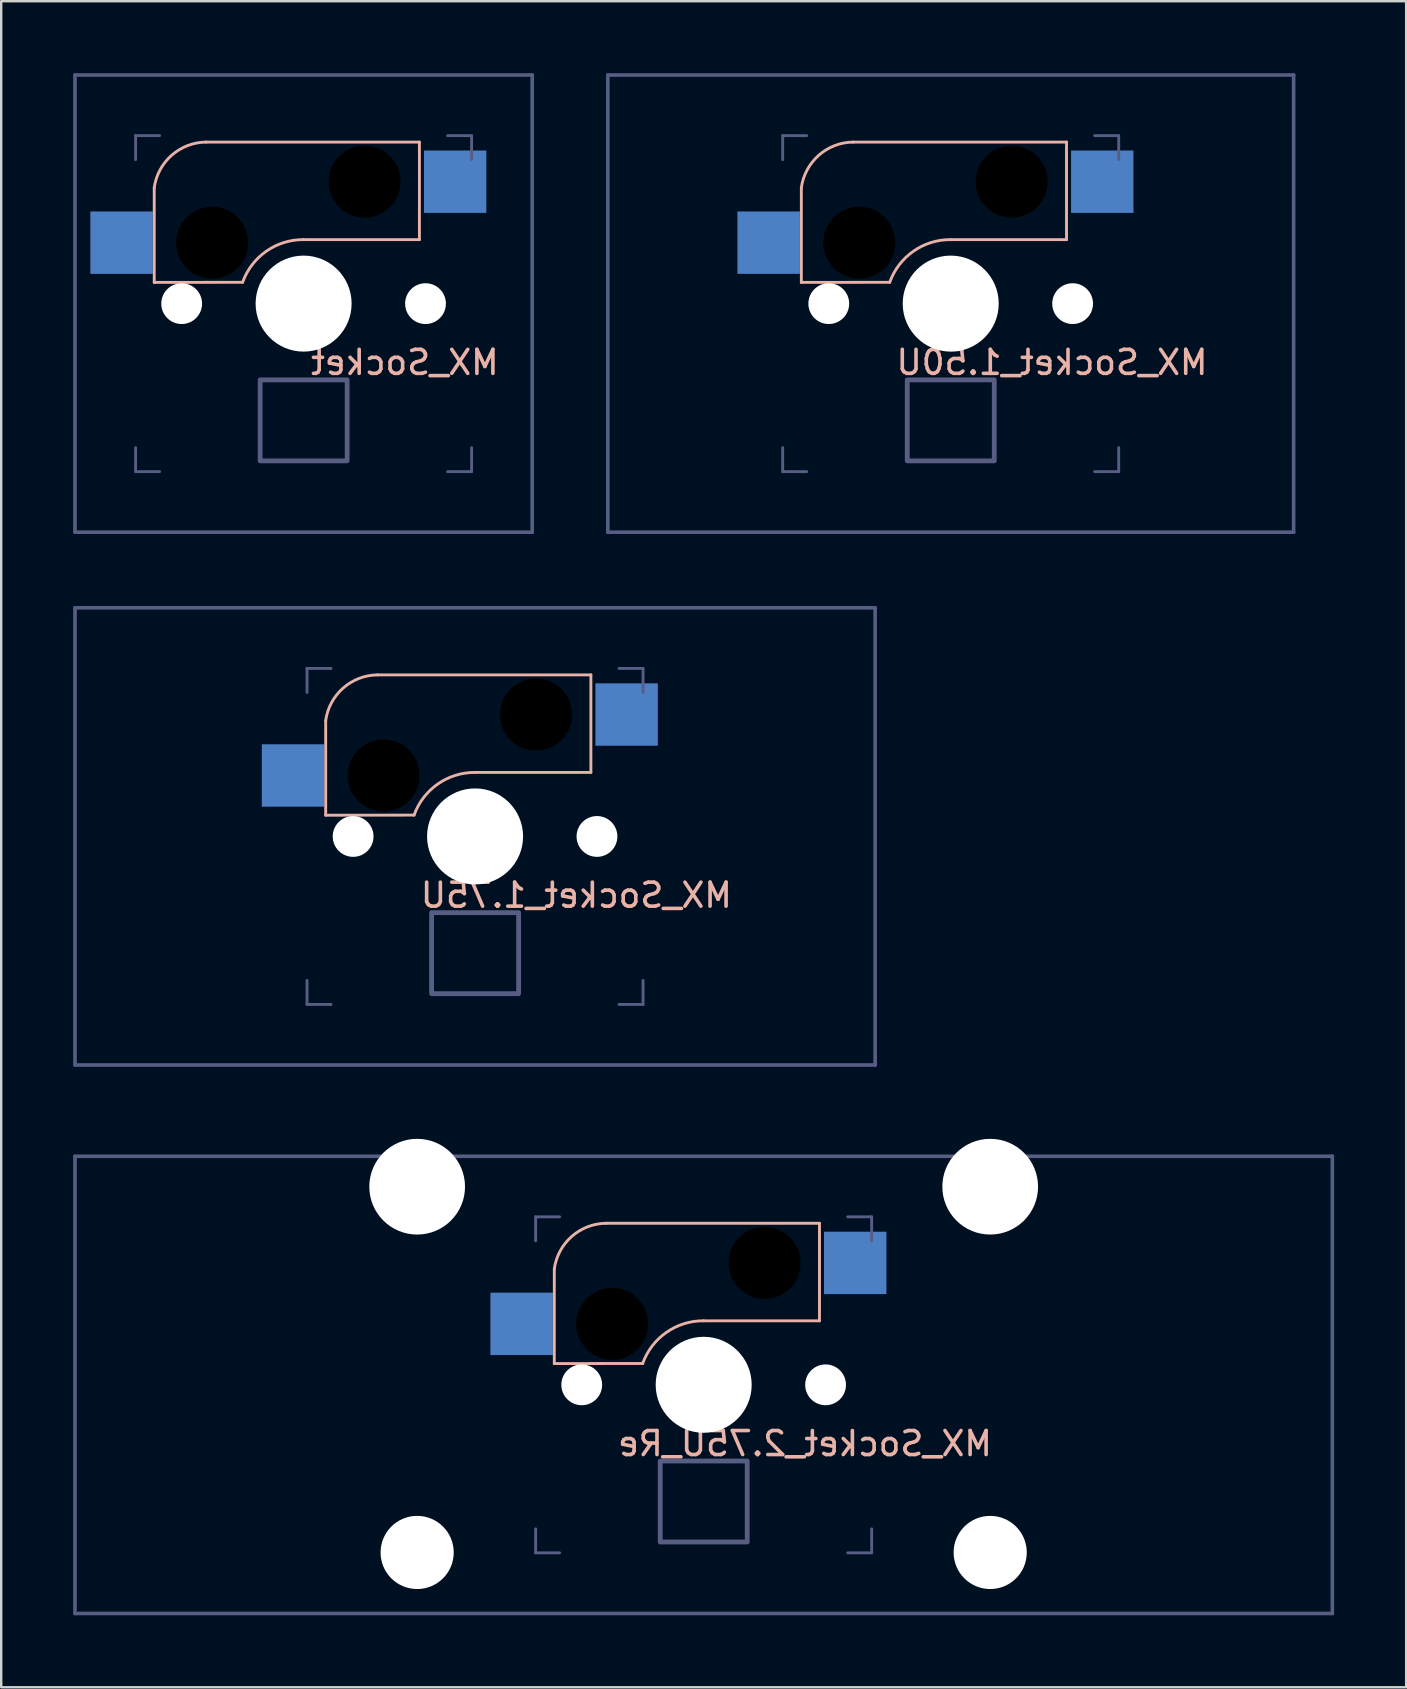
<source format=kicad_pcb>
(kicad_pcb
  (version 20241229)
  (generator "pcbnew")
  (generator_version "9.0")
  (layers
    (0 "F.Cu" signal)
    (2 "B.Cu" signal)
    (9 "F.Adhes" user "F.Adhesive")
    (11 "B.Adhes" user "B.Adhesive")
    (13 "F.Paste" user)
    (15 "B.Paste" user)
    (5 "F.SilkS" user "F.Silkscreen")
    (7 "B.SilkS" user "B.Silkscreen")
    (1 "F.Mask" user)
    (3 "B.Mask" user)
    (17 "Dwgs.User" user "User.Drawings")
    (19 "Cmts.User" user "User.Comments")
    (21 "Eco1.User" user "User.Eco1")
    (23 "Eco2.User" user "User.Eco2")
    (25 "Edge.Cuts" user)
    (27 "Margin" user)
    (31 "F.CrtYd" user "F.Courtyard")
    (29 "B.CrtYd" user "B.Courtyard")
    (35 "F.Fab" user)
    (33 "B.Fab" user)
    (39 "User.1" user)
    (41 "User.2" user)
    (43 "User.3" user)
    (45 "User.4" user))
  (footprint "MX_Socket_1.50U"
    (layer "F.Cu")
    (at 36.562 9.6)
    (property "Reference" "MX_Socket_1.50U" (at 4.22 2.45 0) (unlocked yes) (layer "B.SilkS") (effects (font (size 1 1) (thickness 0.15)) (justify mirror)))
    (attr through_hole)
    (fp_line (start -6.224 -0.884) (end -6.224 -4.825) (stroke (width 0.12) (type solid)) (layer "B.SilkS"))
    (fp_line (start -6.224 -0.884) (end -2.541 -0.888) (stroke (width 0.12) (type solid)) (layer "B.SilkS"))
    (fp_line (start -0.001 -2.666) (end 4.825 -2.666) (stroke (width 0.12) (type solid)) (layer "B.SilkS"))
    (fp_line (start 4.825 -6.73) (end -4.065 -6.73) (stroke (width 0.12) (type solid)) (layer "B.SilkS"))
    (fp_line (start 4.825 -2.666) (end 4.825 -6.73) (stroke (width 0.12) (type solid)) (layer "B.SilkS"))
    (fp_arc (start -6.224082 -4.825261) (mid -5.498787 -6.179195) (end -4.065082 -6.730261) (stroke (width 0.12) (type solid)) (layer "B.SilkS"))
    (fp_arc (start -2.541082 -0.888261) (mid -1.554773 -2.182533) (end -0.001082 -2.666261) (stroke (width 0.12) (type solid)) (layer "B.SilkS"))
    (fp_line (start -14.287 -9.525) (end 14.287 -9.525) (stroke (width 0.15) (type solid)) (layer "B.Fab"))
    (fp_line (start -14.287 9.525) (end -14.287 -9.525) (stroke (width 0.15) (type solid)) (layer "B.Fab"))
    (fp_line (start -7.001 -6.999) (end -6.001 -6.999) (stroke (width 0.12) (type solid)) (layer "B.Fab"))
    (fp_line (start -7.001 -5.999) (end -7.001 -6.999) (stroke (width 0.12) (type solid)) (layer "B.Fab"))
    (fp_line (start -7.001 6.001) (end -7.001 7.001) (stroke (width 0.12) (type solid)) (layer "B.Fab"))
    (fp_line (start -7.001 7.001) (end -6.001 7.001) (stroke (width 0.12) (type solid)) (layer "B.Fab"))
    (fp_line (start 5.999 7.001) (end 6.999 7.001) (stroke (width 0.12) (type solid)) (layer "B.Fab"))
    (fp_line (start 6.999 -6.999) (end 5.999 -6.999) (stroke (width 0.12) (type solid)) (layer "B.Fab"))
    (fp_line (start 6.999 -6.999) (end 6.999 -5.999) (stroke (width 0.12) (type solid)) (layer "B.Fab"))
    (fp_line (start 6.999 7.001) (end 6.999 6.001) (stroke (width 0.12) (type solid)) (layer "B.Fab"))
    (fp_line (start 14.287 -9.525) (end 14.287 9.525) (stroke (width 0.15) (type solid)) (layer "B.Fab"))
    (fp_line (start 14.287 9.525) (end -14.287 9.525) (stroke (width 0.15) (type solid)) (layer "B.Fab"))
    (fp_rect (start 1.814 6.551) (end -1.811 3.176) (stroke (width 0.2) (type solid)) (fill no) (layer "B.Fab"))
    (pad "" np_thru_hole circle (at -5.081 0.001 90) (size 1.7 1.7) (drill 1.7) (layers "*.Cu" "*.Mask"))
    (pad "" np_thru_hole circle (at -3.811 -2.539 180) (size 3 3) (drill 3) (layers "*.Mask"))
    (pad "" np_thru_hole circle (at 0 0 270) (size 4 4) (drill 4) (layers "*.Cu" "*.Mask"))
    (pad "" np_thru_hole circle (at 2.539 -5.079 180) (size 3 3) (drill 3) (layers "*.Mask"))
    (pad "" np_thru_hole circle (at 5.079 0.001 90) (size 1.7 1.7) (drill 1.7) (layers "*.Cu" "*.Mask"))
    (pad "1" smd rect (at 6.314 -5.079 180) (size 2.6 2.6) (layers "B.Cu" "B.Mask" "B.Paste"))
    (pad "2" smd rect (at -7.586 -2.539 180) (size 2.6 2.6) (layers "B.Cu" "B.Mask" "B.Paste")))
  (footprint "MX_Socket"
    (layer "F.Cu")
    (at 9.6 9.6)
    (property "Reference" "MX_Socket" (at 4.22 2.45 0) (unlocked yes) (layer "B.SilkS") (effects (font (size 1 1) (thickness 0.15)) (justify mirror)))
    (attr through_hole)
    (fp_line (start -6.224 -0.884) (end -6.224 -4.825) (stroke (width 0.12) (type solid)) (layer "B.SilkS"))
    (fp_line (start -6.224 -0.884) (end -2.541 -0.888) (stroke (width 0.12) (type solid)) (layer "B.SilkS"))
    (fp_line (start -0.001 -2.666) (end 4.825 -2.666) (stroke (width 0.12) (type solid)) (layer "B.SilkS"))
    (fp_line (start 4.825 -6.73) (end -4.065 -6.73) (stroke (width 0.12) (type solid)) (layer "B.SilkS"))
    (fp_line (start 4.825 -2.666) (end 4.825 -6.73) (stroke (width 0.12) (type solid)) (layer "B.SilkS"))
    (fp_arc (start -6.224082 -4.825261) (mid -5.498787 -6.179195) (end -4.065082 -6.730261) (stroke (width 0.12) (type solid)) (layer "B.SilkS"))
    (fp_arc (start -2.541082 -0.888261) (mid -1.554773 -2.182533) (end -0.001082 -2.666261) (stroke (width 0.12) (type solid)) (layer "B.SilkS"))
    (fp_line (start -9.525 -9.525) (end 9.525 -9.525) (stroke (width 0.15) (type solid)) (layer "B.Fab"))
    (fp_line (start -9.525 9.525) (end -9.525 -9.525) (stroke (width 0.15) (type solid)) (layer "B.Fab"))
    (fp_line (start -7.001 -6.999) (end -6.001 -6.999) (stroke (width 0.12) (type solid)) (layer "B.Fab"))
    (fp_line (start -7.001 -5.999) (end -7.001 -6.999) (stroke (width 0.12) (type solid)) (layer "B.Fab"))
    (fp_line (start -7.001 6.001) (end -7.001 7.001) (stroke (width 0.12) (type solid)) (layer "B.Fab"))
    (fp_line (start -7.001 7.001) (end -6.001 7.001) (stroke (width 0.12) (type solid)) (layer "B.Fab"))
    (fp_line (start 5.999 7.001) (end 6.999 7.001) (stroke (width 0.12) (type solid)) (layer "B.Fab"))
    (fp_line (start 6.999 -6.999) (end 5.999 -6.999) (stroke (width 0.12) (type solid)) (layer "B.Fab"))
    (fp_line (start 6.999 -6.999) (end 6.999 -5.999) (stroke (width 0.12) (type solid)) (layer "B.Fab"))
    (fp_line (start 6.999 7.001) (end 6.999 6.001) (stroke (width 0.12) (type solid)) (layer "B.Fab"))
    (fp_line (start 9.525 -9.525) (end 9.525 9.525) (stroke (width 0.15) (type solid)) (layer "B.Fab"))
    (fp_line (start 9.525 9.525) (end -9.525 9.525) (stroke (width 0.15) (type solid)) (layer "B.Fab"))
    (fp_rect (start 1.814 6.551) (end -1.811 3.176) (stroke (width 0.2) (type solid)) (fill no) (layer "B.Fab"))
    (pad "" np_thru_hole circle (at -5.081 0.001 90) (size 1.7 1.7) (drill 1.7) (layers "*.Cu" "*.Mask"))
    (pad "" np_thru_hole circle (at -3.811 -2.539 180) (size 3 3) (drill 3) (layers "*.Mask"))
    (pad "" np_thru_hole circle (at 0 0 270) (size 4 4) (drill 4) (layers "*.Cu" "*.Mask"))
    (pad "" np_thru_hole circle (at 2.539 -5.079 180) (size 3 3) (drill 3) (layers "*.Mask"))
    (pad "" np_thru_hole circle (at 5.079 0.001 90) (size 1.7 1.7) (drill 1.7) (layers "*.Cu" "*.Mask"))
    (pad "1" smd rect (at 6.314 -5.079 180) (size 2.6 2.6) (layers "B.Cu" "B.Mask" "B.Paste"))
    (pad "2" smd rect (at -7.586 -2.539 180) (size 2.6 2.6) (layers "B.Cu" "B.Mask" "B.Paste")))
  (footprint "MX_Socket_1.75U"
    (layer "F.Cu")
    (at 16.744 31.8)
    (property "Reference" "MX_Socket_1.75U" (at 4.22 2.45 0) (unlocked yes) (layer "B.SilkS") (effects (font (size 1 1) (thickness 0.15)) (justify mirror)))
    (attr through_hole)
    (fp_line (start -6.224 -0.884) (end -6.224 -4.825) (stroke (width 0.12) (type solid)) (layer "B.SilkS"))
    (fp_line (start -6.224 -0.884) (end -2.541 -0.888) (stroke (width 0.12) (type solid)) (layer "B.SilkS"))
    (fp_line (start -0.001 -2.666) (end 4.825 -2.666) (stroke (width 0.12) (type solid)) (layer "B.SilkS"))
    (fp_line (start 4.825 -6.73) (end -4.065 -6.73) (stroke (width 0.12) (type solid)) (layer "B.SilkS"))
    (fp_line (start 4.825 -2.666) (end 4.825 -6.73) (stroke (width 0.12) (type solid)) (layer "B.SilkS"))
    (fp_arc (start -6.224082 -4.825261) (mid -5.498787 -6.179195) (end -4.065082 -6.730261) (stroke (width 0.12) (type solid)) (layer "B.SilkS"))
    (fp_arc (start -2.541082 -0.888261) (mid -1.554773 -2.182533) (end -0.001082 -2.666261) (stroke (width 0.12) (type solid)) (layer "B.SilkS"))
    (fp_line (start -16.669 -9.525) (end 16.669 -9.525) (stroke (width 0.15) (type solid)) (layer "B.Fab"))
    (fp_line (start -16.669 9.525) (end -16.669 -9.525) (stroke (width 0.15) (type solid)) (layer "B.Fab"))
    (fp_line (start -7.001 -6.999) (end -6.001 -6.999) (stroke (width 0.12) (type solid)) (layer "B.Fab"))
    (fp_line (start -7.001 -5.999) (end -7.001 -6.999) (stroke (width 0.12) (type solid)) (layer "B.Fab"))
    (fp_line (start -7.001 6) (end -7.001 7) (stroke (width 0.12) (type solid)) (layer "B.Fab"))
    (fp_line (start -7.001 7) (end -6.001 7) (stroke (width 0.12) (type solid)) (layer "B.Fab"))
    (fp_line (start 5.999 7.001) (end 6.999 7.001) (stroke (width 0.12) (type solid)) (layer "B.Fab"))
    (fp_line (start 6.999 -6.999) (end 5.999 -6.999) (stroke (width 0.12) (type solid)) (layer "B.Fab"))
    (fp_line (start 6.999 -6.999) (end 6.999 -5.999) (stroke (width 0.12) (type solid)) (layer "B.Fab"))
    (fp_line (start 6.999 7.001) (end 6.999 6.001) (stroke (width 0.12) (type solid)) (layer "B.Fab"))
    (fp_line (start 16.669 -9.525) (end 16.669 9.525) (stroke (width 0.15) (type solid)) (layer "B.Fab"))
    (fp_line (start 16.669 9.525) (end -16.669 9.525) (stroke (width 0.15) (type solid)) (layer "B.Fab"))
    (fp_rect (start 1.814 6.551) (end -1.811 3.176) (stroke (width 0.2) (type solid)) (fill no) (layer "B.Fab"))
    (pad "" np_thru_hole circle (at -5.081 0.001 90) (size 1.7 1.7) (drill 1.7) (layers "*.Cu" "*.Mask"))
    (pad "" np_thru_hole circle (at -3.811 -2.539 180) (size 3 3) (drill 3) (layers "*.Mask"))
    (pad "" np_thru_hole circle (at 0 0 270) (size 4 4) (drill 4) (layers "*.Cu" "*.Mask"))
    (pad "" np_thru_hole circle (at 2.539 -5.079 180) (size 3 3) (drill 3) (layers "*.Mask"))
    (pad "" np_thru_hole circle (at 5.079 0.001 90) (size 1.7 1.7) (drill 1.7) (layers "*.Cu" "*.Mask"))
    (pad "1" smd rect (at 6.314 -5.079 180) (size 2.6 2.6) (layers "B.Cu" "B.Mask" "B.Paste"))
    (pad "2" smd rect (at -7.586 -2.539 180) (size 2.6 2.6) (layers "B.Cu" "B.Mask" "B.Paste")))
  (footprint "MX_Socket_2.75U_Re"
    (layer "F.Cu")
    (at 26.269 54.648)
    (property "Reference" "MX_Socket_2.75U_Re" (at 4.22 2.45 0) (unlocked yes) (layer "B.SilkS") (effects (font (size 1 1) (thickness 0.15)) (justify mirror)))
    (attr through_hole)
    (fp_line (start -6.224 -0.884) (end -6.224 -4.825) (stroke (width 0.12) (type solid)) (layer "B.SilkS"))
    (fp_line (start -6.224 -0.884) (end -2.541 -0.888) (stroke (width 0.12) (type solid)) (layer "B.SilkS"))
    (fp_line (start -0.001 -2.666) (end 4.825 -2.666) (stroke (width 0.12) (type solid)) (layer "B.SilkS"))
    (fp_line (start 4.825 -6.73) (end -4.065 -6.73) (stroke (width 0.12) (type solid)) (layer "B.SilkS"))
    (fp_line (start 4.825 -2.666) (end 4.825 -6.73) (stroke (width 0.12) (type solid)) (layer "B.SilkS"))
    (fp_arc (start -6.224082 -4.825261) (mid -5.498787 -6.179195) (end -4.065082 -6.730261) (stroke (width 0.12) (type solid)) (layer "B.SilkS"))
    (fp_arc (start -2.541082 -0.888261) (mid -1.554773 -2.182533) (end -0.001082 -2.666261) (stroke (width 0.12) (type solid)) (layer "B.SilkS"))
    (fp_line (start -26.194 -9.522) (end 26.194 -9.522) (stroke (width 0.15) (type solid)) (layer "B.Fab"))
    (fp_line (start -26.194 9.528) (end -26.194 -9.522) (stroke (width 0.15) (type solid)) (layer "B.Fab"))
    (fp_line (start -7.001 -6.999) (end -6.001 -6.999) (stroke (width 0.12) (type solid)) (layer "B.Fab"))
    (fp_line (start -7.001 -5.999) (end -7.001 -6.999) (stroke (width 0.12) (type solid)) (layer "B.Fab"))
    (fp_line (start -7.001 6.001) (end -7.001 7.001) (stroke (width 0.12) (type solid)) (layer "B.Fab"))
    (fp_line (start -7.001 7.001) (end -6.001 7.001) (stroke (width 0.12) (type solid)) (layer "B.Fab"))
    (fp_line (start 5.999 7.001) (end 6.999 7.001) (stroke (width 0.12) (type solid)) (layer "B.Fab"))
    (fp_line (start 6.999 -6.999) (end 5.999 -6.999) (stroke (width 0.12) (type solid)) (layer "B.Fab"))
    (fp_line (start 6.999 -6.999) (end 6.999 -5.999) (stroke (width 0.12) (type solid)) (layer "B.Fab"))
    (fp_line (start 6.999 7.001) (end 6.999 6.001) (stroke (width 0.12) (type solid)) (layer "B.Fab"))
    (fp_line (start 26.194 -9.522) (end 26.194 9.528) (stroke (width 0.15) (type solid)) (layer "B.Fab"))
    (fp_line (start 26.194 9.528) (end -26.194 9.528) (stroke (width 0.15) (type solid)) (layer "B.Fab"))
    (fp_rect (start 1.814 6.551) (end -1.811 3.176) (stroke (width 0.2) (type solid)) (fill no) (layer "B.Fab"))
    (pad "" np_thru_hole circle (at -11.938 -8.254) (size 3.988 3.988) (drill 3.988) (layers "*.Cu" "*.Mask"))
    (pad "" np_thru_hole circle (at -11.938 6.986) (size 3.048 3.048) (drill 3.048) (layers "*.Cu" "*.Mask"))
    (pad "" np_thru_hole circle (at -5.081 0.001 90) (size 1.7 1.7) (drill 1.7) (layers "*.Cu" "*.Mask"))
    (pad "" np_thru_hole circle (at -3.811 -2.539 180) (size 3 3) (drill 3) (layers "*.Mask"))
    (pad "" np_thru_hole circle (at 0 0 270) (size 4 4) (drill 4) (layers "*.Cu" "*.Mask"))
    (pad "" np_thru_hole circle (at 2.539 -5.079 180) (size 3 3) (drill 3) (layers "*.Mask"))
    (pad "" np_thru_hole circle (at 5.079 0.001 90) (size 1.7 1.7) (drill 1.7) (layers "*.Cu" "*.Mask"))
    (pad "" np_thru_hole circle (at 11.938 -8.254) (size 3.988 3.988) (drill 3.988) (layers "*.Cu" "*.Mask"))
    (pad "" np_thru_hole circle (at 11.938 6.986) (size 3.048 3.048) (drill 3.048) (layers "*.Cu" "*.Mask"))
    (pad "1" smd rect (at 6.314 -5.079 180) (size 2.6 2.6) (layers "B.Cu" "B.Mask" "B.Paste"))
    (pad "2" smd rect (at -7.586 -2.539 180) (size 2.6 2.6) (layers "B.Cu" "B.Mask" "B.Paste")))
  (gr_rect
    (start -3 -3)
    (end 55.538 67.251)
    (stroke (width 0.1) (type default))
    (fill no)
    (layer "Edge.Cuts")))
</source>
